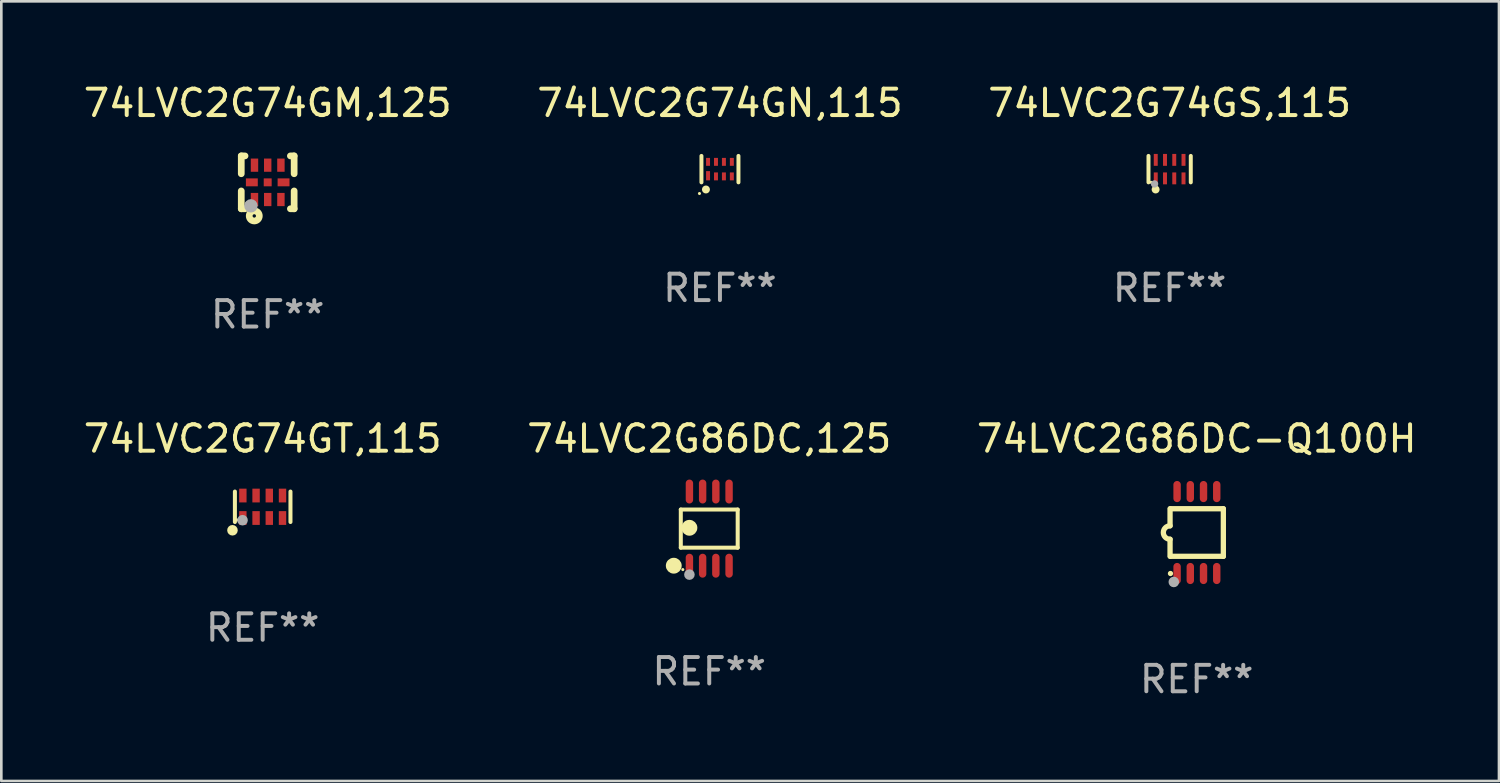
<source format=kicad_pcb>
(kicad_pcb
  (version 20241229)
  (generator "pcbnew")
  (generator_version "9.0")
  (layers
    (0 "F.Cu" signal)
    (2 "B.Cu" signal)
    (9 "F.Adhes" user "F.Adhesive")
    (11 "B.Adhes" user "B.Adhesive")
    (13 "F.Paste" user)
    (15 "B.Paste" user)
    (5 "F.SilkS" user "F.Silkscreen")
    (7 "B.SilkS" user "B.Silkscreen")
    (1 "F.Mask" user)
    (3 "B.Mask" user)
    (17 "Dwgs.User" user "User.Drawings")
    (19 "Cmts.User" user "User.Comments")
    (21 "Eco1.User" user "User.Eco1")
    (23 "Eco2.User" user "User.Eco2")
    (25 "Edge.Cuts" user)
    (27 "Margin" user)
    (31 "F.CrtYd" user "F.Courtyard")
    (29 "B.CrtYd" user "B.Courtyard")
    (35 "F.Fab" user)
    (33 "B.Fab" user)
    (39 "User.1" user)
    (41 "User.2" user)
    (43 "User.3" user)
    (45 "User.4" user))
  (footprint "74LVC2G74GN,115"
    (layer "F.Cu")
    (at 24.185 3.348)
    (property "Reference" "74LVC2G74GN,115" (at 0 -2.5 0) (layer "F.SilkS") (effects (font (size 1 1) (thickness 0.15))))
    (attr through_hole)
    (fp_line (start -0.7 -0.5) (end -0.7 0.5) (stroke (width 0.15) (type solid)) (layer "F.SilkS"))
    (fp_line (start 0.7 -0.5) (end 0.7 0.5) (stroke (width 0.15) (type solid)) (layer "F.SilkS"))
    (fp_circle (center -0.775 0.922) (end -0.745 0.922) (stroke (width 0.06) (type solid)) (fill no) (layer "F.SilkS"))
    (fp_circle (center -0.53 0.77) (end -0.454 0.77) (stroke (width 0.15) (type solid)) (fill no) (layer "F.SilkS"))
    (fp_text user "REF**" (at 0 4.5 0) (layer "F.Fab") (effects (font (size 1 1) (thickness 0.15))))
    (pad "1" smd rect (at -0.45 0.25) (size 0.15 0.35) (layers "F.Cu" "F.Mask" "F.Paste"))
    (pad "2" smd rect (at -0.15 0.275) (size 0.15 0.3) (layers "F.Cu" "F.Mask" "F.Paste"))
    (pad "3" smd rect (at 0.15 0.275) (size 0.15 0.3) (layers "F.Cu" "F.Mask" "F.Paste"))
    (pad "4" smd rect (at 0.45 0.275) (size 0.15 0.3) (layers "F.Cu" "F.Mask" "F.Paste"))
    (pad "5" smd rect (at 0.45 -0.275) (size 0.15 0.3) (layers "F.Cu" "F.Mask" "F.Paste"))
    (pad "6" smd rect (at 0.15 -0.275) (size 0.15 0.3) (layers "F.Cu" "F.Mask" "F.Paste"))
    (pad "7" smd rect (at -0.15 -0.275) (size 0.15 0.3) (layers "F.Cu" "F.Mask" "F.Paste"))
    (pad "8" smd rect (at -0.45 -0.275) (size 0.15 0.3) (layers "F.Cu" "F.Mask" "F.Paste")))
  (footprint "74LVC2G86DC,125"
    (layer "F.Cu")
    (at 23.78 16.947)
    (property "Reference" "74LVC2G86DC,125" (at 0 -3.403 0) (layer "F.SilkS") (effects (font (size 1 1) (thickness 0.15))))
    (attr through_hole)
    (fp_line (start -1.076 -0.721) (end 1.076 -0.721) (stroke (width 0.152) (type solid)) (layer "F.SilkS"))
    (fp_line (start -1.076 0.721) (end -1.076 -0.721) (stroke (width 0.152) (type solid)) (layer "F.SilkS"))
    (fp_line (start 1.076 -0.721) (end 1.076 0.721) (stroke (width 0.152) (type solid)) (layer "F.SilkS"))
    (fp_line (start 1.076 0.721) (end -1.076 0.721) (stroke (width 0.152) (type solid)) (layer "F.SilkS"))
    (fp_circle (center -1.342 1.403) (end -1.192 1.403) (stroke (width 0.3) (type solid)) (fill no) (layer "F.SilkS"))
    (fp_circle (center -1 1.55) (end -0.97 1.55) (stroke (width 0.06) (type solid)) (fill no) (layer "F.SilkS"))
    (fp_circle (center -0.75 -0.031) (end -0.6 -0.031) (stroke (width 0.3) (type solid)) (fill no) (layer "F.SilkS"))
    (fp_circle (center -0.75 1.74) (end -0.65 1.74) (stroke (width 0.2) (type solid)) (fill no) (layer "F.Fab"))
    (fp_text user "REF**" (at 0 5.403 0) (layer "F.Fab") (effects (font (size 1 1) (thickness 0.15))))
    (pad "1" smd oval (at -0.75 1.403) (size 0.28 0.905) (layers "F.Cu" "F.Mask" "F.Paste"))
    (pad "2" smd oval (at -0.25 1.403) (size 0.28 0.905) (layers "F.Cu" "F.Mask" "F.Paste"))
    (pad "3" smd oval (at 0.25 1.403) (size 0.28 0.905) (layers "F.Cu" "F.Mask" "F.Paste"))
    (pad "4" smd oval (at 0.75 1.403) (size 0.28 0.905) (layers "F.Cu" "F.Mask" "F.Paste"))
    (pad "5" smd oval (at 0.75 -1.403) (size 0.28 0.905) (layers "F.Cu" "F.Mask" "F.Paste"))
    (pad "6" smd oval (at 0.25 -1.403) (size 0.28 0.905) (layers "F.Cu" "F.Mask" "F.Paste"))
    (pad "7" smd oval (at -0.25 -1.403) (size 0.28 0.905) (layers "F.Cu" "F.Mask" "F.Paste"))
    (pad "8" smd oval (at -0.75 -1.403) (size 0.28 0.905) (layers "F.Cu" "F.Mask" "F.Paste")))
  (footprint "74LVC2G74GT,115"
    (layer "F.Cu")
    (at 6.887 16.121)
    (property "Reference" "74LVC2G74GT,115" (at 0 -2.576 0) (layer "F.SilkS") (effects (font (size 1 1) (thickness 0.15))))
    (attr through_hole)
    (fp_line (start -1.051 0.576) (end -1.051 -0.576) (stroke (width 0.152) (type solid)) (layer "F.SilkS"))
    (fp_line (start 1.051 -0.576) (end 1.051 0.576) (stroke (width 0.152) (type solid)) (layer "F.SilkS"))
    (fp_circle (center -1.143 0.889) (end -1.043 0.889) (stroke (width 0.2) (type solid)) (fill no) (layer "F.SilkS"))
    (fp_circle (center -0.975 0.5) (end -0.945 0.5) (stroke (width 0.06) (type solid)) (fill no) (layer "F.SilkS"))
    (fp_circle (center -0.762 0.508) (end -0.662 0.508) (stroke (width 0.2) (type solid)) (fill no) (layer "F.Fab"))
    (fp_text user "REF**" (at 0 4.576 0) (layer "F.Fab") (effects (font (size 1 1) (thickness 0.15))))
    (pad "1" smd rect (at -0.75 0.425) (size 0.28 0.521) (layers "F.Cu" "F.Mask" "F.Paste"))
    (pad "2" smd rect (at -0.25 0.425) (size 0.28 0.521) (layers "F.Cu" "F.Mask" "F.Paste"))
    (pad "3" smd rect (at 0.25 0.425) (size 0.28 0.521) (layers "F.Cu" "F.Mask" "F.Paste"))
    (pad "4" smd rect (at 0.75 0.425) (size 0.28 0.521) (layers "F.Cu" "F.Mask" "F.Paste"))
    (pad "5" smd rect (at 0.75 -0.425) (size 0.28 0.521) (layers "F.Cu" "F.Mask" "F.Paste"))
    (pad "6" smd rect (at 0.25 -0.425) (size 0.28 0.521) (layers "F.Cu" "F.Mask" "F.Paste"))
    (pad "7" smd rect (at -0.25 -0.425) (size 0.28 0.521) (layers "F.Cu" "F.Mask" "F.Paste"))
    (pad "8" smd rect (at -0.75 -0.425) (size 0.28 0.521) (layers "F.Cu" "F.Mask" "F.Paste")))
  (footprint "74LVC2G74GS,115"
    (layer "F.Cu")
    (at 41.196 3.348)
    (property "Reference" "74LVC2G74GS,115" (at 0 -2.5 0) (layer "F.SilkS") (effects (font (size 1 1) (thickness 0.15))))
    (attr through_hole)
    (fp_line (start -0.8 -0.5) (end -0.8 0.5) (stroke (width 0.15) (type solid)) (layer "F.SilkS"))
    (fp_line (start 0.8 -0.5) (end 0.8 0.5) (stroke (width 0.15) (type solid)) (layer "F.SilkS"))
    (fp_circle (center -0.7 0.5) (end -0.67 0.5) (stroke (width 0.06) (type solid)) (fill no) (layer "F.SilkS"))
    (fp_circle (center -0.53 0.77) (end -0.454 0.77) (stroke (width 0.15) (type solid)) (fill no) (layer "F.SilkS"))
    (fp_circle (center -0.57 0.56) (end -0.5 0.56) (stroke (width 0.14) (type solid)) (fill no) (layer "F.Fab"))
    (fp_text user "REF**" (at 0 4.5 0) (layer "F.Fab") (effects (font (size 1 1) (thickness 0.15))))
    (pad "1" smd rect (at -0.525 0.35) (size 0.15 0.45) (layers "F.Cu" "F.Mask" "F.Paste"))
    (pad "2" smd rect (at -0.175 0.35) (size 0.15 0.45) (layers "F.Cu" "F.Mask" "F.Paste"))
    (pad "3" smd rect (at 0.175 0.35) (size 0.15 0.45) (layers "F.Cu" "F.Mask" "F.Paste"))
    (pad "4" smd rect (at 0.525 0.35) (size 0.15 0.45) (layers "F.Cu" "F.Mask" "F.Paste"))
    (pad "5" smd rect (at 0.525 -0.35) (size 0.15 0.45) (layers "F.Cu" "F.Mask" "F.Paste"))
    (pad "6" smd rect (at 0.175 -0.35) (size 0.15 0.45) (layers "F.Cu" "F.Mask" "F.Paste"))
    (pad "7" smd rect (at -0.175 -0.35) (size 0.15 0.45) (layers "F.Cu" "F.Mask" "F.Paste"))
    (pad "8" smd rect (at -0.525 -0.35) (size 0.15 0.45) (layers "F.Cu" "F.Mask" "F.Paste")))
  (footprint "74LVC2G86DC-Q100H"
    (layer "F.Cu")
    (at 42.22 17.095)
    (property "Reference" "74LVC2G86DC-Q100H" (at 0 -3.55 0) (layer "F.SilkS") (effects (font (size 1 1) (thickness 0.15))))
    (attr through_hole)
    (fp_line (start -1.008 -0.254) (end -1.008 -0.9) (stroke (width 0.2) (type solid)) (layer "F.SilkS"))
    (fp_line (start -1.008 0.254) (end -1.008 0.9) (stroke (width 0.2) (type solid)) (layer "F.SilkS"))
    (fp_line (start -0.992 0.9) (end 1.008 0.9) (stroke (width 0.2) (type solid)) (layer "F.SilkS"))
    (fp_line (start 1.008 -0.9) (end -0.992 -0.9) (stroke (width 0.2) (type solid)) (layer "F.SilkS"))
    (fp_line (start 1.008 0.9) (end 1.008 -0.9) (stroke (width 0.2) (type solid)) (layer "F.SilkS"))
    (fp_arc (start -1.008001 0.254001) (mid -1.262002 0) (end -1.008001 -0.254001) (stroke (width 0.2) (type solid)) (layer "F.SilkS"))
    (fp_circle (center -0.992 1.55) (end -0.942 1.55) (stroke (width 0.1) (type solid)) (fill no) (layer "F.SilkS"))
    (fp_circle (center -0.866 1.87) (end -0.766 1.87) (stroke (width 0.2) (type solid)) (fill no) (layer "F.Fab"))
    (fp_text user "REF**" (at 0 5.55 0) (layer "F.Fab") (effects (font (size 1 1) (thickness 0.15))))
    (pad "1" smd oval (at -0.742 1.55 270) (size 0.8 0.28) (layers "F.Cu" "F.Mask" "F.Paste"))
    (pad "2" smd oval (at -0.242 1.55 270) (size 0.8 0.28) (layers "F.Cu" "F.Mask" "F.Paste"))
    (pad "3" smd oval (at 0.258 1.55 270) (size 0.8 0.28) (layers "F.Cu" "F.Mask" "F.Paste"))
    (pad "4" smd oval (at 0.758 1.55 270) (size 0.8 0.28) (layers "F.Cu" "F.Mask" "F.Paste"))
    (pad "5" smd oval (at 0.758 -1.55 270) (size 0.8 0.28) (layers "F.Cu" "F.Mask" "F.Paste"))
    (pad "6" smd oval (at 0.258 -1.55 270) (size 0.8 0.28) (layers "F.Cu" "F.Mask" "F.Paste"))
    (pad "7" smd oval (at -0.242 -1.55 270) (size 0.8 0.28) (layers "F.Cu" "F.Mask" "F.Paste"))
    (pad "8" smd oval (at -0.742 -1.55 270) (size 0.8 0.28) (layers "F.Cu" "F.Mask" "F.Paste")))
  (footprint "74LVC2G74GM,125"
    (layer "F.Cu")
    (at 7.077 3.848)
    (property "Reference" "74LVC2G74GM,125" (at 0 -3 0) (layer "F.SilkS") (effects (font (size 1 1) (thickness 0.15))))
    (attr through_hole)
    (fp_line (start -1 -1) (end -0.858 -1) (stroke (width 0.254) (type solid)) (layer "F.SilkS"))
    (fp_line (start -1 -0.325) (end -1 -1) (stroke (width 0.254) (type solid)) (layer "F.SilkS"))
    (fp_line (start -1 1) (end -1 0.325) (stroke (width 0.254) (type solid)) (layer "F.SilkS"))
    (fp_line (start -0.858 1) (end -1 1) (stroke (width 0.254) (type solid)) (layer "F.SilkS"))
    (fp_line (start 0.858 -1) (end 1 -1) (stroke (width 0.254) (type solid)) (layer "F.SilkS"))
    (fp_line (start 1 -1) (end 1 -0.325) (stroke (width 0.254) (type solid)) (layer "F.SilkS"))
    (fp_line (start 1 0.325) (end 1 1) (stroke (width 0.254) (type solid)) (layer "F.SilkS"))
    (fp_line (start 1 1) (end 0.858 1) (stroke (width 0.254) (type solid)) (layer "F.SilkS"))
    (fp_circle (center -0.8 0.8) (end -0.77 0.8) (stroke (width 0.06) (type solid)) (fill no) (layer "F.SilkS"))
    (fp_circle (center -0.508 1.27) (end -0.444 1.27) (stroke (width 0.254) (type solid)) (fill no) (layer "F.SilkS"))
    (fp_circle (center -0.635 0.889) (end -0.508 0.889) (stroke (width 0.254) (type solid)) (fill no) (layer "F.Fab"))
    (fp_text user "REF**" (at 0 5 0) (layer "F.Fab") (effects (font (size 1 1) (thickness 0.15))))
    (pad "1" smd rect (at -0.5 0.65 90) (size 0.5 0.28) (layers "F.Cu" "F.Mask" "F.Paste"))
    (pad "2" smd rect (at 0.000013 0.65 90) (size 0.5 0.28) (layers "F.Cu" "F.Mask" "F.Paste"))
    (pad "3" smd rect (at 0.5 0.65 90) (size 0.5 0.28) (layers "F.Cu" "F.Mask" "F.Paste"))
    (pad "4" smd rect (at 0.6 0.000076 180) (size 0.45 0.3) (layers "F.Cu" "F.Mask" "F.Paste"))
    (pad "5" smd rect (at 0.5 -0.65 90) (size 0.5 0.28) (layers "F.Cu" "F.Mask" "F.Paste"))
    (pad "6" smd rect (at 0.000013 -0.65 90) (size 0.5 0.28) (layers "F.Cu" "F.Mask" "F.Paste"))
    (pad "7" smd rect (at -0.5 -0.65 90) (size 0.5 0.28) (layers "F.Cu" "F.Mask" "F.Paste"))
    (pad "8" smd rect (at -0.6 0.000076 180) (size 0.45 0.3) (layers "F.Cu" "F.Mask" "F.Paste"))
    (pad "9" smd rect (at 0.000013 0.000076 180) (size 0.3 0.3) (layers "F.Cu" "F.Mask" "F.Paste")))
  (gr_rect
    (start -3 -3)
    (end 53.655 26.493)
    (stroke (width 0.1) (type default))
    (fill no)
    (layer "Edge.Cuts")))
</source>
